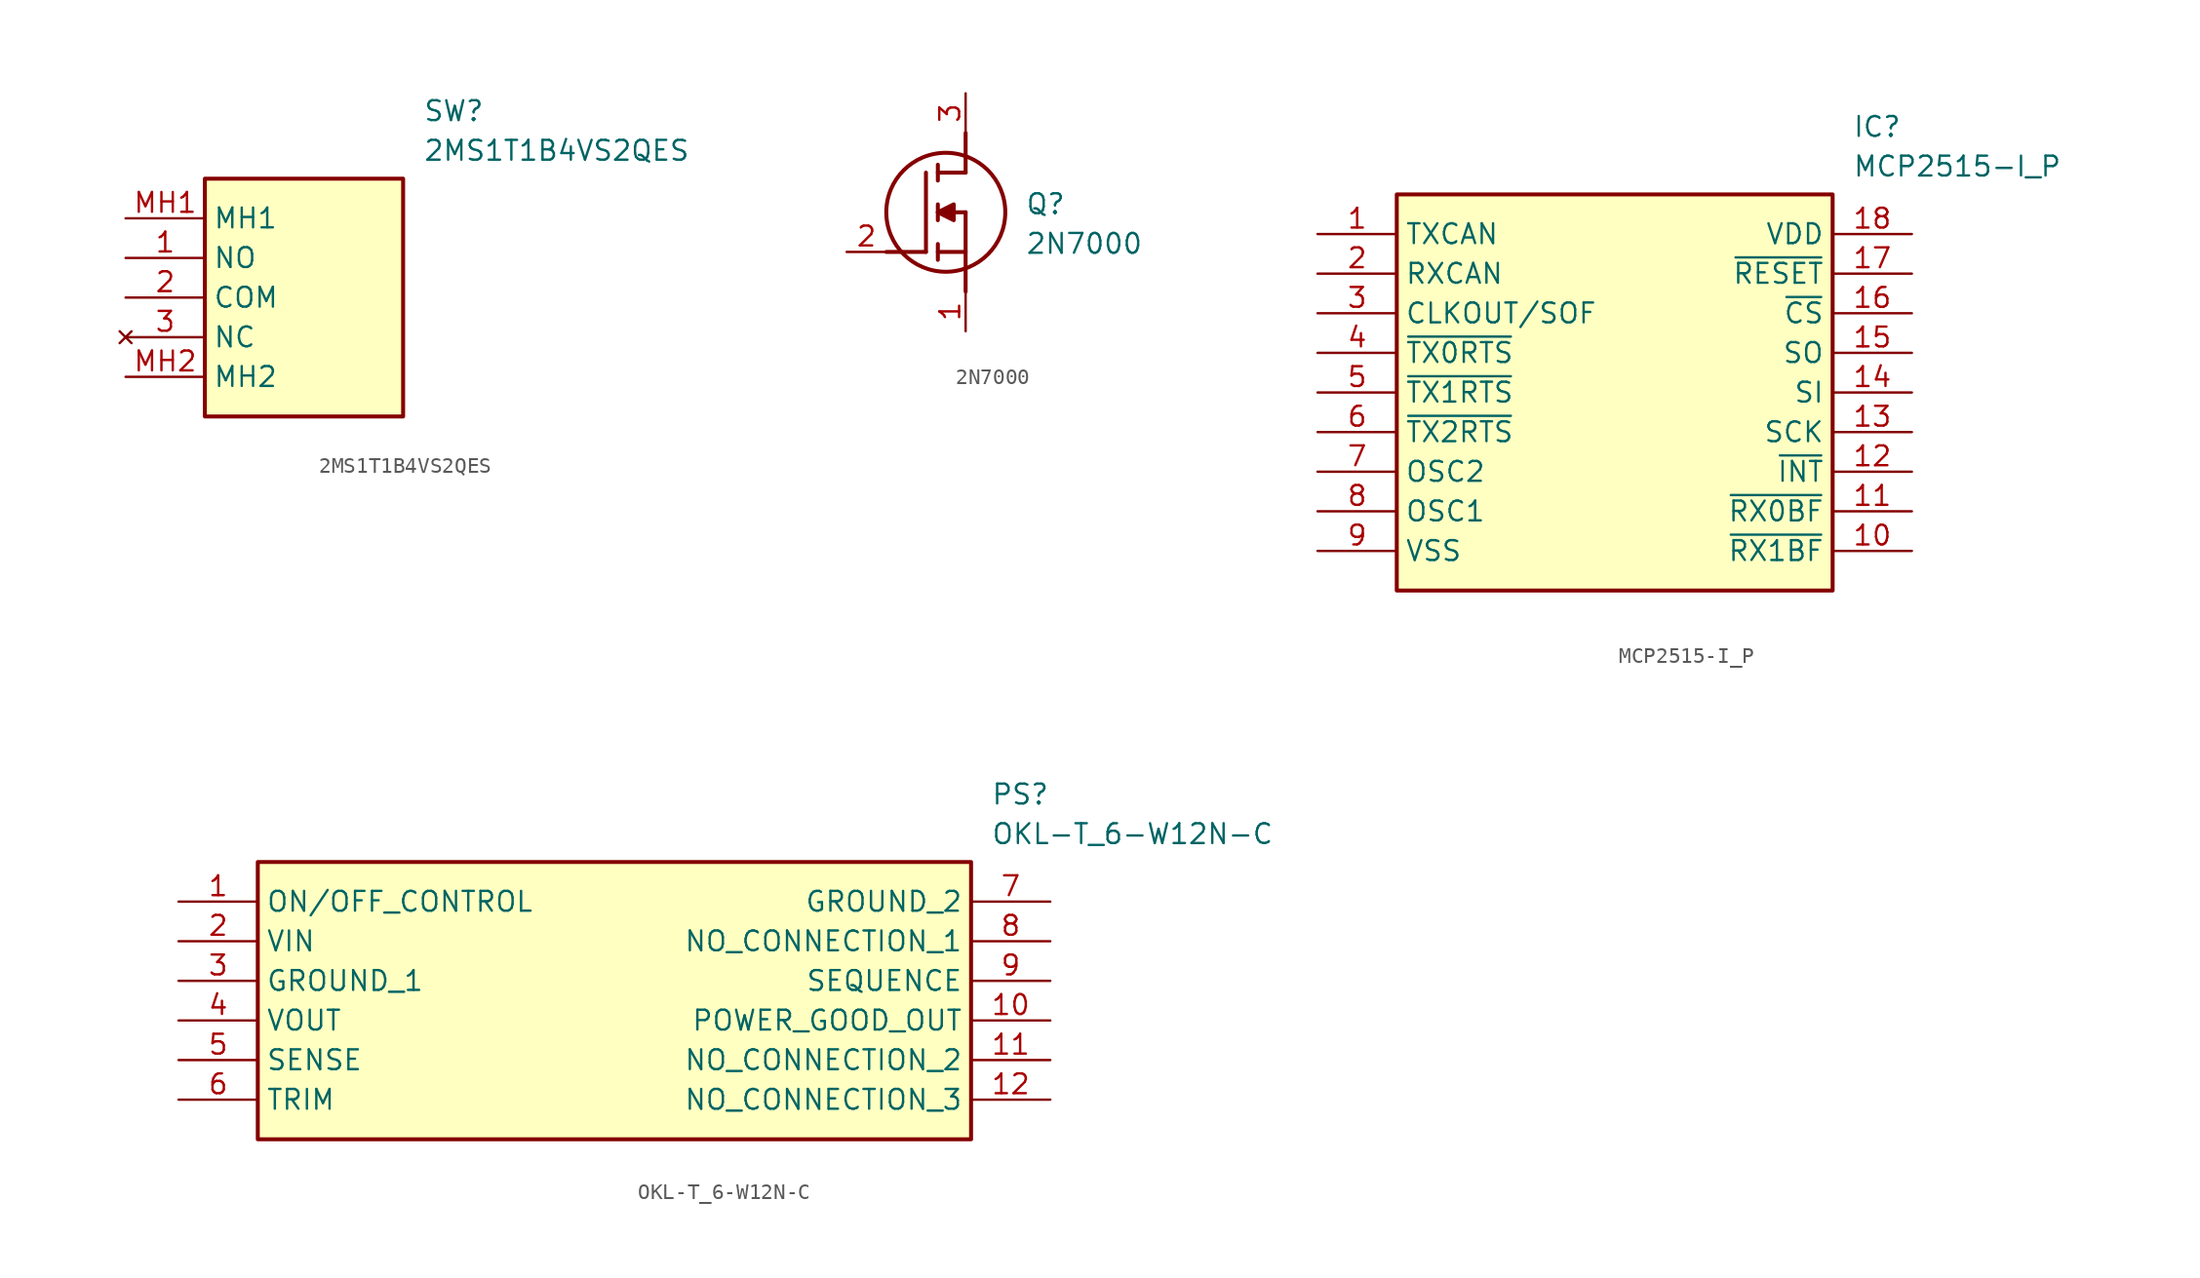
<source format=kicad_sym>
(kicad_symbol_lib
  (version 20220914)
  (generator kicad_symbol_editor)
  (symbol "2MS1T1B4VS2QES"
    (property "Reference" "SW"
      (at 19.05 7.62 0)
      (effects (font (size 1.27 1.27)) (justify left top)))
    (property "Value" "2MS1T1B4VS2QES"
      (at 19.05 5.08 0)
      (effects (font (size 1.27 1.27)) (justify left top)))
    (symbol "2MS1T1B4VS2QES_1_1"
      (rectangle (start 5.08 2.54) (end 17.78 -12.7) (stroke (width 0.254) (type default)) (fill (type background)))
      (pin passive line (at 0 -2.54 0) (length 5.08) (name "NO" (effects (font (size 1.27 1.27)))) (number "1" (effects (font (size 1.27 1.27)))))
      (pin passive line (at 0 -5.08 0) (length 5.08) (name "COM" (effects (font (size 1.27 1.27)))) (number "2" (effects (font (size 1.27 1.27)))))
      (pin no_connect line (at 0 -7.62 0) (length 5.08) (name "NC" (effects (font (size 1.27 1.27)))) (number "3" (effects (font (size 1.27 1.27)))))
      (pin passive line (at 0 0 0) (length 5.08) (name "MH1" (effects (font (size 1.27 1.27)))) (number "MH1" (effects (font (size 1.27 1.27)))))
      (pin passive line (at 0 -10.16 0) (length 5.08) (name "MH2" (effects (font (size 1.27 1.27)))) (number "MH2" (effects (font (size 1.27 1.27)))))))
  (symbol "2N7000"
    (pin_names hide)
    (property "Reference" "Q"
      (at 11.43 3.81 0)
      (effects (font (size 1.27 1.27)) (justify left top)))
    (property "Value" "2N7000"
      (at 11.43 1.27 0)
      (effects (font (size 1.27 1.27)) (justify left top)))
    (symbol "2N7000_1_1"
      (polyline (pts (xy 2.54 0) (xy 5.08 0)) (stroke (width 0.254) (type default)) (fill (type none)))
      (polyline (pts (xy 5.08 5.08) (xy 5.08 0)) (stroke (width 0.254) (type default)) (fill (type none)))
      (polyline (pts (xy 5.842 -0.508) (xy 5.842 0.508)) (stroke (width 0.254) (type default)) (fill (type none)))
      (polyline (pts (xy 5.842 0) (xy 7.62 0)) (stroke (width 0.254) (type default)) (fill (type none)))
      (polyline (pts (xy 5.842 2.032) (xy 5.842 3.048)) (stroke (width 0.254) (type default)) (fill (type none)))
      (polyline (pts (xy 5.842 5.588) (xy 5.842 4.572)) (stroke (width 0.254) (type default)) (fill (type none)))
      (polyline (pts (xy 7.62 2.54) (xy 5.842 2.54)) (stroke (width 0.254) (type default)) (fill (type none)))
      (polyline (pts (xy 7.62 2.54) (xy 7.62 -2.54)) (stroke (width 0.254) (type default)) (fill (type none)))
      (polyline (pts (xy 7.62 5.08) (xy 5.842 5.08)) (stroke (width 0.254) (type default)) (fill (type none)))
      (polyline (pts (xy 7.62 5.08) (xy 7.62 7.62)) (stroke (width 0.254) (type default)) (fill (type none)))
      (polyline (pts (xy 5.842 2.54) (xy 6.858 3.048) (xy 6.858 2.032) (xy 5.842 2.54)) (stroke (width 0.254) (type default)) (fill (type outline)))
      (circle (center 6.35 2.54) (radius 3.81) (stroke (width 0.254) (type default)) (fill (type none)))
      (pin passive line (at 7.62 -5.08 90) (length 2.54) (name "S" (effects (font (size 1.27 1.27)))) (number "1" (effects (font (size 1.27 1.27)))))
      (pin passive line (at 0 0 0) (length 2.54) (name "G" (effects (font (size 1.27 1.27)))) (number "2" (effects (font (size 1.27 1.27)))))
      (pin passive line (at 7.62 10.16 270) (length 2.54) (name "D" (effects (font (size 1.27 1.27)))) (number "3" (effects (font (size 1.27 1.27)))))))
  (symbol "MCP2515-I_P"
    (property "Reference" "IC"
      (at 34.29 7.62 0)
      (effects (font (size 1.27 1.27)) (justify left top)))
    (property "Value" "MCP2515-I_P"
      (at 34.29 5.08 0)
      (effects (font (size 1.27 1.27)) (justify left top)))
    (symbol "MCP2515-I_P_1_1"
      (rectangle (start 5.08 2.54) (end 33.02 -22.86) (stroke (width 0.254) (type default)) (fill (type background)))
      (pin passive line (at 0 0 0) (length 5.08) (name "TXCAN" (effects (font (size 1.27 1.27)))) (number "1" (effects (font (size 1.27 1.27)))))
      (pin passive line (at 38.1 -20.32 180) (length 5.08) (name "~{RX1BF}" (effects (font (size 1.27 1.27)))) (number "10" (effects (font (size 1.27 1.27)))))
      (pin passive line (at 38.1 -17.78 180) (length 5.08) (name "~{RX0BF}" (effects (font (size 1.27 1.27)))) (number "11" (effects (font (size 1.27 1.27)))))
      (pin passive line (at 38.1 -15.24 180) (length 5.08) (name "~{INT}" (effects (font (size 1.27 1.27)))) (number "12" (effects (font (size 1.27 1.27)))))
      (pin passive line (at 38.1 -12.7 180) (length 5.08) (name "SCK" (effects (font (size 1.27 1.27)))) (number "13" (effects (font (size 1.27 1.27)))))
      (pin passive line (at 38.1 -10.16 180) (length 5.08) (name "SI" (effects (font (size 1.27 1.27)))) (number "14" (effects (font (size 1.27 1.27)))))
      (pin passive line (at 38.1 -7.62 180) (length 5.08) (name "SO" (effects (font (size 1.27 1.27)))) (number "15" (effects (font (size 1.27 1.27)))))
      (pin passive line (at 38.1 -5.08 180) (length 5.08) (name "~{CS}" (effects (font (size 1.27 1.27)))) (number "16" (effects (font (size 1.27 1.27)))))
      (pin passive line (at 38.1 -2.54 180) (length 5.08) (name "~{RESET}" (effects (font (size 1.27 1.27)))) (number "17" (effects (font (size 1.27 1.27)))))
      (pin passive line (at 38.1 0 180) (length 5.08) (name "VDD" (effects (font (size 1.27 1.27)))) (number "18" (effects (font (size 1.27 1.27)))))
      (pin passive line (at 0 -2.54 0) (length 5.08) (name "RXCAN" (effects (font (size 1.27 1.27)))) (number "2" (effects (font (size 1.27 1.27)))))
      (pin passive line (at 0 -5.08 0) (length 5.08) (name "CLKOUT/SOF" (effects (font (size 1.27 1.27)))) (number "3" (effects (font (size 1.27 1.27)))))
      (pin passive line (at 0 -7.62 0) (length 5.08) (name "~{TX0RTS}" (effects (font (size 1.27 1.27)))) (number "4" (effects (font (size 1.27 1.27)))))
      (pin passive line (at 0 -10.16 0) (length 5.08) (name "~{TX1RTS}" (effects (font (size 1.27 1.27)))) (number "5" (effects (font (size 1.27 1.27)))))
      (pin passive line (at 0 -12.7 0) (length 5.08) (name "~{TX2RTS}" (effects (font (size 1.27 1.27)))) (number "6" (effects (font (size 1.27 1.27)))))
      (pin passive line (at 0 -15.24 0) (length 5.08) (name "OSC2" (effects (font (size 1.27 1.27)))) (number "7" (effects (font (size 1.27 1.27)))))
      (pin passive line (at 0 -17.78 0) (length 5.08) (name "OSC1" (effects (font (size 1.27 1.27)))) (number "8" (effects (font (size 1.27 1.27)))))
      (pin passive line (at 0 -20.32 0) (length 5.08) (name "VSS" (effects (font (size 1.27 1.27)))) (number "9" (effects (font (size 1.27 1.27)))))))
  (symbol "OKL-T_6-W12N-C"
    (property "Reference" "PS"
      (at 52.07 7.62 0)
      (effects (font (size 1.27 1.27)) (justify left top)))
    (property "Value" "OKL-T_6-W12N-C"
      (at 52.07 5.08 0)
      (effects (font (size 1.27 1.27)) (justify left top)))
    (symbol "OKL-T_6-W12N-C_1_1"
      (rectangle (start 5.08 2.54) (end 50.8 -15.24) (stroke (width 0.254) (type default)) (fill (type background)))
      (pin passive line (at 0 0 0) (length 5.08) (name "ON/OFF_CONTROL" (effects (font (size 1.27 1.27)))) (number "1" (effects (font (size 1.27 1.27)))))
      (pin passive line (at 55.88 -7.62 180) (length 5.08) (name "POWER_GOOD_OUT" (effects (font (size 1.27 1.27)))) (number "10" (effects (font (size 1.27 1.27)))))
      (pin passive line (at 55.88 -10.16 180) (length 5.08) (name "NO_CONNECTION_2" (effects (font (size 1.27 1.27)))) (number "11" (effects (font (size 1.27 1.27)))))
      (pin passive line (at 55.88 -12.7 180) (length 5.08) (name "NO_CONNECTION_3" (effects (font (size 1.27 1.27)))) (number "12" (effects (font (size 1.27 1.27)))))
      (pin passive line (at 0 -2.54 0) (length 5.08) (name "VIN" (effects (font (size 1.27 1.27)))) (number "2" (effects (font (size 1.27 1.27)))))
      (pin passive line (at 0 -5.08 0) (length 5.08) (name "GROUND_1" (effects (font (size 1.27 1.27)))) (number "3" (effects (font (size 1.27 1.27)))))
      (pin passive line (at 0 -7.62 0) (length 5.08) (name "VOUT" (effects (font (size 1.27 1.27)))) (number "4" (effects (font (size 1.27 1.27)))))
      (pin passive line (at 0 -10.16 0) (length 5.08) (name "SENSE" (effects (font (size 1.27 1.27)))) (number "5" (effects (font (size 1.27 1.27)))))
      (pin passive line (at 0 -12.7 0) (length 5.08) (name "TRIM" (effects (font (size 1.27 1.27)))) (number "6" (effects (font (size 1.27 1.27)))))
      (pin passive line (at 55.88 0 180) (length 5.08) (name "GROUND_2" (effects (font (size 1.27 1.27)))) (number "7" (effects (font (size 1.27 1.27)))))
      (pin passive line (at 55.88 -2.54 180) (length 5.08) (name "NO_CONNECTION_1" (effects (font (size 1.27 1.27)))) (number "8" (effects (font (size 1.27 1.27)))))
      (pin passive line (at 55.88 -5.08 180) (length 5.08) (name "SEQUENCE" (effects (font (size 1.27 1.27)))) (number "9" (effects (font (size 1.27 1.27))))))))
</source>
